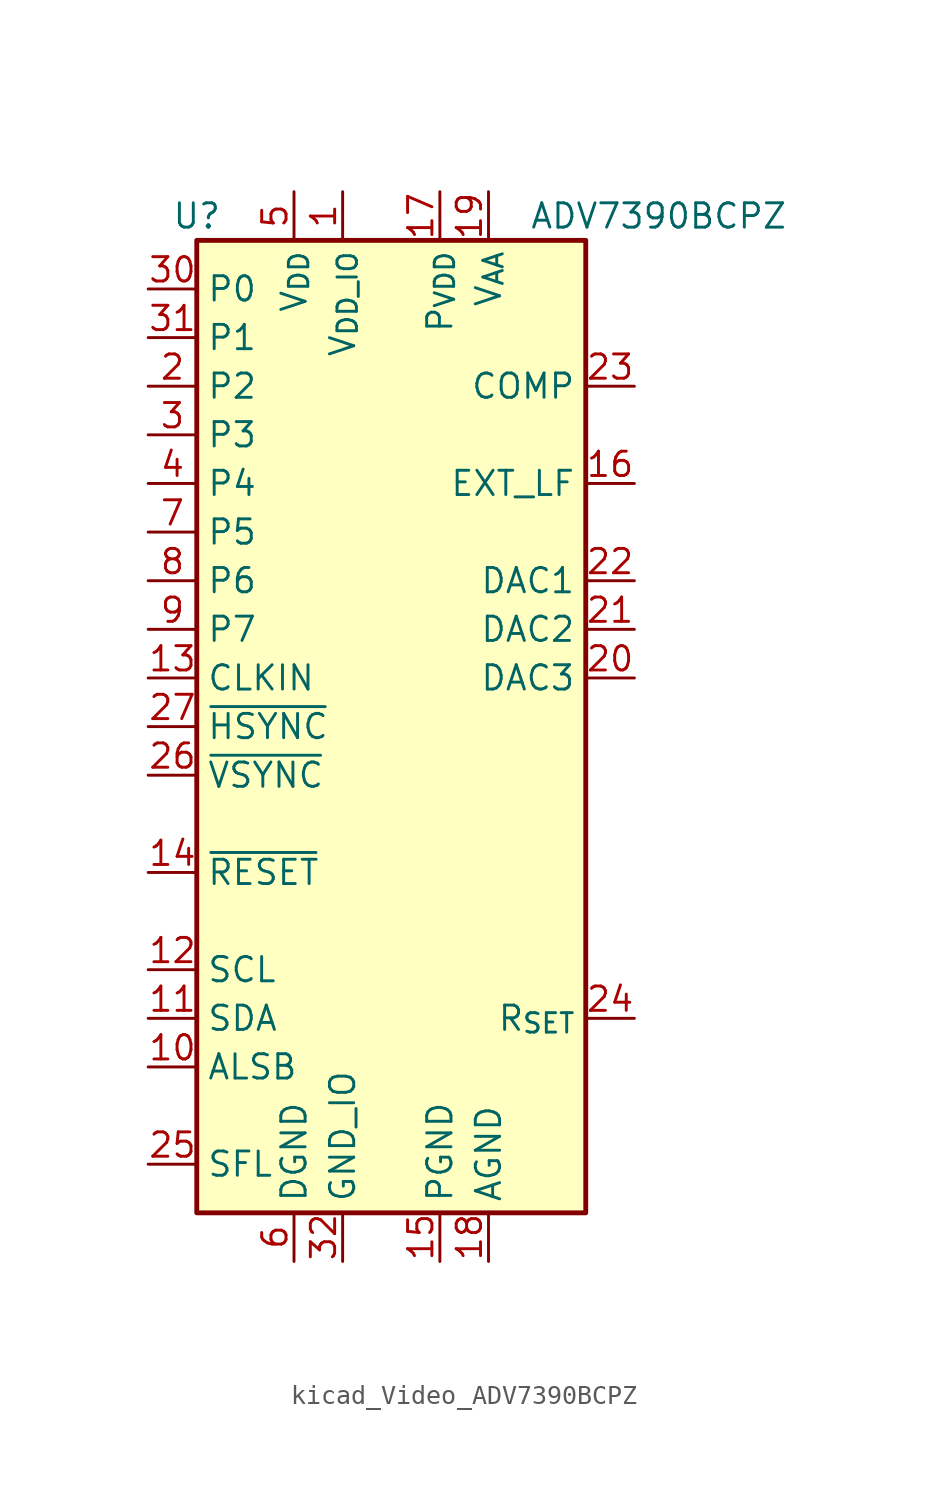
<source format=kicad_sym>
(kicad_symbol_lib
  (version 20220914)
  (generator kicad_symbol_editor)
  (symbol "kicad_Video_ADV7390BCPZ"
    (property "Reference" "U"
      (at -10.16 26.67 0)
      (effects (font (size 1.27 1.27))))
    (property "Value" "ADV7390BCPZ"
      (at 13.97 26.67 0)
      (effects (font (size 1.27 1.27))))
    (symbol "kicad_Video_ADV7390BCPZ_0_1"
      (rectangle (start -10.16 25.4) (end 10.16 -25.4) (stroke (width 0.254) (type default)) (fill (type background))))
    (symbol "kicad_Video_ADV7390BCPZ_1_1"
      (pin power_in line (at -2.54 27.94 270) (length 2.54) (name "V_{DD_IO}" (effects (font (size 1.27 1.27)))) (number "1" (effects (font (size 1.27 1.27)))))
      (pin input line (at -12.7 -17.78 0) (length 2.54) (name "ALSB" (effects (font (size 1.27 1.27)))) (number "10" (effects (font (size 1.27 1.27)))))
      (pin bidirectional line (at -12.7 -15.24 0) (length 2.54) (name "SDA" (effects (font (size 1.27 1.27)))) (number "11" (effects (font (size 1.27 1.27)))))
      (pin input line (at -12.7 -12.7 0) (length 2.54) (name "SCL" (effects (font (size 1.27 1.27)))) (number "12" (effects (font (size 1.27 1.27)))))
      (pin input line (at -12.7 2.54 0) (length 2.54) (name "CLKIN" (effects (font (size 1.27 1.27)))) (number "13" (effects (font (size 1.27 1.27)))))
      (pin input line (at -12.7 -7.62 0) (length 2.54) (name "~{RESET}" (effects (font (size 1.27 1.27)))) (number "14" (effects (font (size 1.27 1.27)))))
      (pin power_in line (at 2.54 -27.94 90) (length 2.54) (name "PGND" (effects (font (size 1.27 1.27)))) (number "15" (effects (font (size 1.27 1.27)))))
      (pin passive line (at 12.7 12.7 180) (length 2.54) (name "EXT_LF" (effects (font (size 1.27 1.27)))) (number "16" (effects (font (size 1.27 1.27)))))
      (pin power_in line (at 2.54 27.94 270) (length 2.54) (name "P_{VDD}" (effects (font (size 1.27 1.27)))) (number "17" (effects (font (size 1.27 1.27)))))
      (pin power_in line (at 5.08 -27.94 90) (length 2.54) (name "AGND" (effects (font (size 1.27 1.27)))) (number "18" (effects (font (size 1.27 1.27)))))
      (pin power_in line (at 5.08 27.94 270) (length 2.54) (name "V_{AA}" (effects (font (size 1.27 1.27)))) (number "19" (effects (font (size 1.27 1.27)))))
      (pin input line (at -12.7 17.78 0) (length 2.54) (name "P2" (effects (font (size 1.27 1.27)))) (number "2" (effects (font (size 1.27 1.27)))))
      (pin output line (at 12.7 2.54 180) (length 2.54) (name "DAC3" (effects (font (size 1.27 1.27)))) (number "20" (effects (font (size 1.27 1.27)))))
      (pin output line (at 12.7 5.08 180) (length 2.54) (name "DAC2" (effects (font (size 1.27 1.27)))) (number "21" (effects (font (size 1.27 1.27)))))
      (pin output line (at 12.7 7.62 180) (length 2.54) (name "DAC1" (effects (font (size 1.27 1.27)))) (number "22" (effects (font (size 1.27 1.27)))))
      (pin output line (at 12.7 17.78 180) (length 2.54) (name "COMP" (effects (font (size 1.27 1.27)))) (number "23" (effects (font (size 1.27 1.27)))))
      (pin input line (at 12.7 -15.24 180) (length 2.54) (name "R_{SET}" (effects (font (size 1.27 1.27)))) (number "24" (effects (font (size 1.27 1.27)))))
      (pin input line (at -12.7 -22.86 0) (length 2.54) (name "SFL" (effects (font (size 1.27 1.27)))) (number "25" (effects (font (size 1.27 1.27)))))
      (pin bidirectional line (at -12.7 -2.54 0) (length 2.54) (name "~{VSYNC}" (effects (font (size 1.27 1.27)))) (number "26" (effects (font (size 1.27 1.27)))))
      (pin bidirectional line (at -12.7 0 0) (length 2.54) (name "~{HSYNC}" (effects (font (size 1.27 1.27)))) (number "27" (effects (font (size 1.27 1.27)))))
      (pin passive line (at -5.08 27.94 270) (length 2.54) hide (name "V_{DD}" (effects (font (size 1.27 1.27)))) (number "28" (effects (font (size 1.27 1.27)))))
      (pin passive line (at -5.08 -27.94 90) (length 2.54) hide (name "DGND" (effects (font (size 1.27 1.27)))) (number "29" (effects (font (size 1.27 1.27)))))
      (pin input line (at -12.7 15.24 0) (length 2.54) (name "P3" (effects (font (size 1.27 1.27)))) (number "3" (effects (font (size 1.27 1.27)))))
      (pin input line (at -12.7 22.86 0) (length 2.54) (name "P0" (effects (font (size 1.27 1.27)))) (number "30" (effects (font (size 1.27 1.27)))))
      (pin input line (at -12.7 20.32 0) (length 2.54) (name "P1" (effects (font (size 1.27 1.27)))) (number "31" (effects (font (size 1.27 1.27)))))
      (pin power_in line (at -2.54 -27.94 90) (length 2.54) (name "GND_IO" (effects (font (size 1.27 1.27)))) (number "32" (effects (font (size 1.27 1.27)))))
      (pin passive line (at 5.08 -27.94 90) (length 2.54) hide (name "AGND" (effects (font (size 1.27 1.27)))) (number "33" (effects (font (size 1.27 1.27)))))
      (pin input line (at -12.7 12.7 0) (length 2.54) (name "P4" (effects (font (size 1.27 1.27)))) (number "4" (effects (font (size 1.27 1.27)))))
      (pin power_in line (at -5.08 27.94 270) (length 2.54) (name "V_{DD}" (effects (font (size 1.27 1.27)))) (number "5" (effects (font (size 1.27 1.27)))))
      (pin power_in line (at -5.08 -27.94 90) (length 2.54) (name "DGND" (effects (font (size 1.27 1.27)))) (number "6" (effects (font (size 1.27 1.27)))))
      (pin input line (at -12.7 10.16 0) (length 2.54) (name "P5" (effects (font (size 1.27 1.27)))) (number "7" (effects (font (size 1.27 1.27)))))
      (pin input line (at -12.7 7.62 0) (length 2.54) (name "P6" (effects (font (size 1.27 1.27)))) (number "8" (effects (font (size 1.27 1.27)))))
      (pin input line (at -12.7 5.08 0) (length 2.54) (name "P7" (effects (font (size 1.27 1.27)))) (number "9" (effects (font (size 1.27 1.27))))))))
</source>
